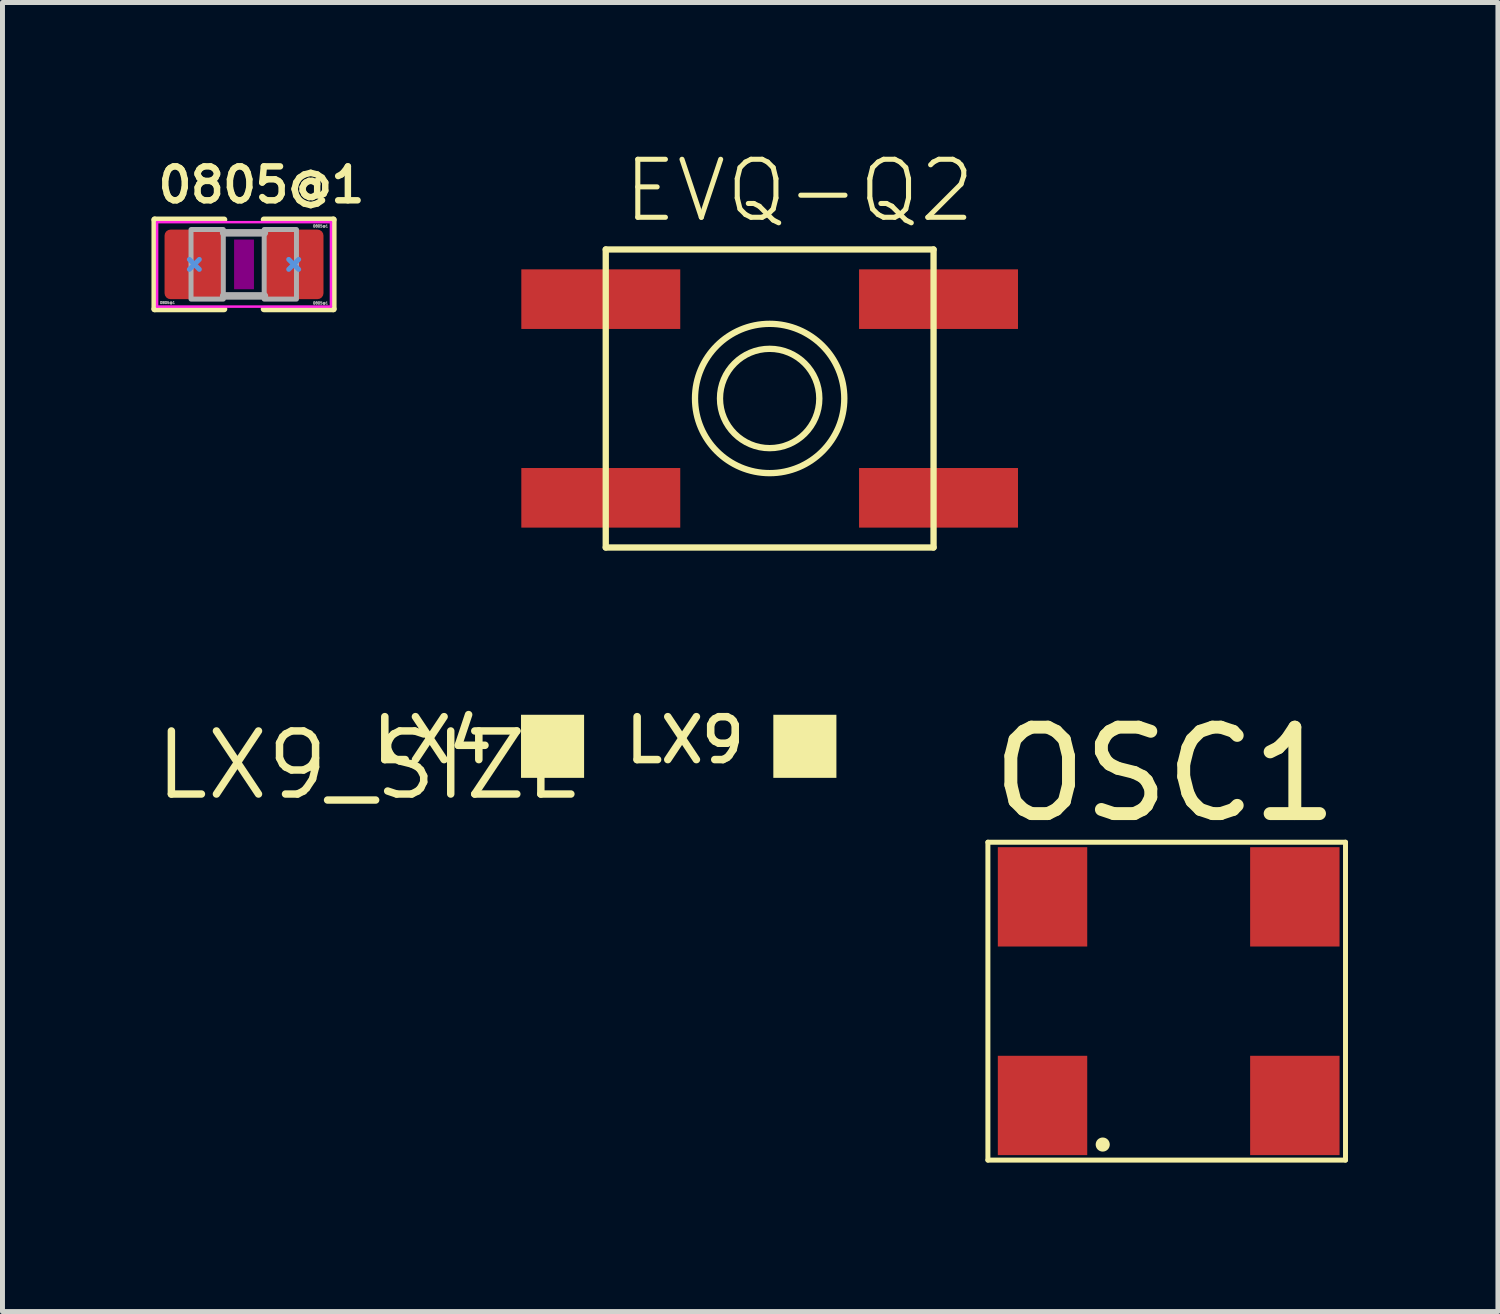
<source format=kicad_pcb>
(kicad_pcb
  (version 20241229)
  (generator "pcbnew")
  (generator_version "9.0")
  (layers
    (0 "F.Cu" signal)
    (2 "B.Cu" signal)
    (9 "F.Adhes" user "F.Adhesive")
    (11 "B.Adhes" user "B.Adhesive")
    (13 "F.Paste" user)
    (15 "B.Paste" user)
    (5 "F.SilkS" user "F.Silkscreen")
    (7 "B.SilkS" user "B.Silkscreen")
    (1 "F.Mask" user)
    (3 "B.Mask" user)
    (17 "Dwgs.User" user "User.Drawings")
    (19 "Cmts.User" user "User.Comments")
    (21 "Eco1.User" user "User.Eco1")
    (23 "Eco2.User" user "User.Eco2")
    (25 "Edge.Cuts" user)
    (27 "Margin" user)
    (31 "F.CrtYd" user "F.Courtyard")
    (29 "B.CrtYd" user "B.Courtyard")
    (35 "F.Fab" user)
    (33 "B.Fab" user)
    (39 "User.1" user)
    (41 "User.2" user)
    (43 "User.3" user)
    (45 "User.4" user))
  (footprint "EVQ-Q2"
    (layer "F.Cu")
    (at 12.446 4.973)
    (property "Reference" "EVQ-Q2" (at -3 -3.5 0) (layer "F.SilkS") (effects (font (size 1.168 1.168) (thickness 0.102)) (justify left bottom)))
    (fp_line (start -3.3 -3) (end 3.3 -3) (stroke (width 0.127) (type solid)) (layer "F.SilkS"))
    (fp_line (start -3.3 3) (end -3.3 -3) (stroke (width 0.127) (type solid)) (layer "F.SilkS"))
    (fp_line (start 3.3 -3) (end 3.3 3) (stroke (width 0.127) (type solid)) (layer "F.SilkS"))
    (fp_line (start 3.3 3) (end -3.3 3) (stroke (width 0.127) (type solid)) (layer "F.SilkS"))
    (fp_circle (center 0 0) (end 1 0) (stroke (width 0.127) (type solid)) (fill no) (layer "F.SilkS"))
    (fp_circle (center 0 0) (end 1.503 0) (stroke (width 0.127) (type solid)) (fill no) (layer "F.SilkS"))
    (pad "A" smd rect (at -3.4 2) (size 3.2 1.2) (layers "F.Cu" "F.Mask" "F.Paste"))
    (pad "A'" smd rect (at 3.4 2) (size 3.2 1.2) (layers "F.Cu" "F.Mask" "F.Paste"))
    (pad "B" smd rect (at -3.4 -2) (size 3.2 1.2) (layers "F.Cu" "F.Mask" "F.Paste"))
    (pad "B'" smd rect (at 3.4 -2) (size 3.2 1.2) (layers "F.Cu" "F.Mask" "F.Paste")))
  (footprint "0805@1"
    (layer "F.Cu")
    (at 1.863 2.273)
    (property "Reference" "0805@1" (at -1.8 -1.2 0) (layer "F.SilkS") (effects (font (size 0.683 0.683) (thickness 0.13)) (justify left bottom)))
    (property "Value" "0805@1" (at -1.7 -0.75 0) (layer "F.Fab") (hide yes) (effects (font (size 0.05 0.05) (thickness 0.15)) (justify left bottom)))
    (fp_line (start -1.8 -0.9) (end -0.4 -0.9) (stroke (width 0.127) (type solid)) (layer "F.SilkS"))
    (fp_line (start -1.8 0.9) (end -1.8 -0.9) (stroke (width 0.127) (type solid)) (layer "F.SilkS"))
    (fp_line (start -0.4 0.9) (end -1.8 0.9) (stroke (width 0.127) (type solid)) (layer "F.SilkS"))
    (fp_line (start 0.4 -0.9) (end 1.8 -0.9) (stroke (width 0.127) (type solid)) (layer "F.SilkS"))
    (fp_line (start 1.8 -0.9) (end 1.8 0.9) (stroke (width 0.127) (type solid)) (layer "F.SilkS"))
    (fp_line (start 1.8 0.9) (end 0.4 0.9) (stroke (width 0.127) (type solid)) (layer "F.SilkS"))
    (fp_poly (pts (xy -0.2 0.5) (xy 0.2 0.5) (xy 0.2 -0.5) (xy -0.2 -0.5)) (stroke (width 0) (type default)) (fill yes) (layer "F.Adhes"))
    (fp_line (start -1.1 -0.1) (end -0.9 0.1) (stroke (width 0.1) (type solid)) (layer "Cmts.User"))
    (fp_line (start -1.1 0.1) (end -0.9 -0.1) (stroke (width 0.1) (type solid)) (layer "Cmts.User"))
    (fp_line (start 0.9 -0.1) (end 1.1 0.1) (stroke (width 0.1) (type solid)) (layer "Cmts.User"))
    (fp_line (start 0.9 0.1) (end 1.1 -0.1) (stroke (width 0.1) (type solid)) (layer "Cmts.User"))
    (fp_line (start -1.75 -0.85) (end 1.75 -0.85) (stroke (width 0.05) (type solid)) (layer "F.CrtYd"))
    (fp_line (start -1.75 0.85) (end -1.75 -0.85) (stroke (width 0.05) (type solid)) (layer "F.CrtYd"))
    (fp_line (start 1.75 -0.85) (end 1.75 0.85) (stroke (width 0.05) (type solid)) (layer "F.CrtYd"))
    (fp_line (start 1.75 0.85) (end -1.75 0.85) (stroke (width 0.05) (type solid)) (layer "F.CrtYd"))
    (fp_line (start -0.41 -0.635) (end 0.41 -0.635) (stroke (width 0.152) (type solid)) (layer "F.Fab"))
    (fp_line (start -0.41 0.635) (end 0.41 0.635) (stroke (width 0.152) (type solid)) (layer "F.Fab"))
    (fp_poly (pts (xy -1.067 0.699) (xy -0.417 0.699) (xy -0.417 -0.702) (xy -1.067 -0.702)) (stroke (width 0.1) (type default)) (fill no) (layer "F.Fab"))
    (fp_poly (pts (xy 0.406 0.699) (xy 1.056 0.699) (xy 1.056 -0.702) (xy 0.406 -0.702)) (stroke (width 0.1) (type default)) (fill no) (layer "F.Fab"))
    (fp_text user "${VALUE}" (at 1.7 -0.8 0) (layer "F.Fab") (effects (font (size 0.05 0.05) (thickness 0.15)) (justify right top)))
    (fp_text user "${VALUE}" (at -1.7 0.8 0) (layer "F.Fab") (effects (font (size 0.05 0.05) (thickness 0.15)) (justify left bottom)))
    (fp_text user "${VALUE}" (at 1.7 0.75 0) (layer "F.Fab") (effects (font (size 0.05 0.05) (thickness 0.15)) (justify right top)))
    (pad "1" smd roundrect (at -1 0) (size 1.2 1.4) (layers "F.Cu" "F.Mask" "F.Paste") (roundrect_rratio 0.1))
    (pad "2" smd roundrect (at 1 0) (size 1.2 1.4) (layers "F.Cu" "F.Mask" "F.Paste") (roundrect_rratio 0.1)))
  (footprint "OSC1"
    (layer "F.Cu")
    (at 17.94 19.207)
    (property "Reference" "OSC1" (at -1.14 -5.65 0) (layer "F.SilkS") (effects (font (size 1.74 1.74) (thickness 0.26)) (justify left bottom)))
    (fp_line (start -1.1 -5.3) (end -1.1 1.1) (stroke (width 0.1) (type solid)) (layer "F.SilkS"))
    (fp_line (start -1.1 -5.3) (end 6.1 -5.3) (stroke (width 0.1) (type solid)) (layer "F.SilkS"))
    (fp_line (start -1.1 1.1) (end 6.1 1.1) (stroke (width 0.1) (type solid)) (layer "F.SilkS"))
    (fp_line (start 6.1 -5.3) (end 6.1 1.1) (stroke (width 0.1) (type solid)) (layer "F.SilkS"))
    (fp_circle (center 1.212 0.787) (end 1.283 0.787) (stroke (width 0.142) (type solid)) (fill yes) (layer "F.SilkS"))
    (pad "1@1" smd rect (at 0 0) (size 1.8 2) (layers "F.Cu" "F.Mask" "F.Paste"))
    (pad "2@2" smd rect (at 5.08 0) (size 1.8 2) (layers "F.Cu" "F.Mask" "F.Paste"))
    (pad "3@3" smd rect (at 5.08 -4.2) (size 1.8 2) (layers "F.Cu" "F.Mask" "F.Paste"))
    (pad "4@4" smd rect (at 0 -4.2) (size 1.8 2) (layers "F.Cu" "F.Mask" "F.Paste")))
  (footprint "LX9_SIZE"
    (layer "F.Cu")
    (at 4.392 12.357)
    (property "Reference" "LX9_SIZE" (at 0 0 0) (layer "F.SilkS") (effects (font (size 1.27 1.27) (thickness 0.15))))
    (fp_poly (pts (xy 3.048 0.254) (xy 4.318 0.254) (xy 4.318 -1.016) (xy 3.048 -1.016)) (stroke (width 0) (type default)) (fill yes) (layer "F.SilkS"))
    (fp_poly (pts (xy 8.128 0.254) (xy 9.398 0.254) (xy 9.398 -1.016) (xy 8.128 -1.016)) (stroke (width 0) (type default)) (fill yes) (layer "F.SilkS"))
    (fp_text user "LX9" (at 5.08 0 0) (layer "F.SilkS") (effects (font (size 0.864 0.864) (thickness 0.152)) (justify left bottom)))
    (fp_text user "LX4" (at 0 0 0) (layer "F.SilkS") (effects (font (size 0.864 0.864) (thickness 0.152)) (justify left bottom))))
  (gr_rect
    (start -3 -3)
    (end 27.109 23.357)
    (stroke (width 0.1) (type default))
    (fill no)
    (layer "Edge.Cuts")))
</source>
